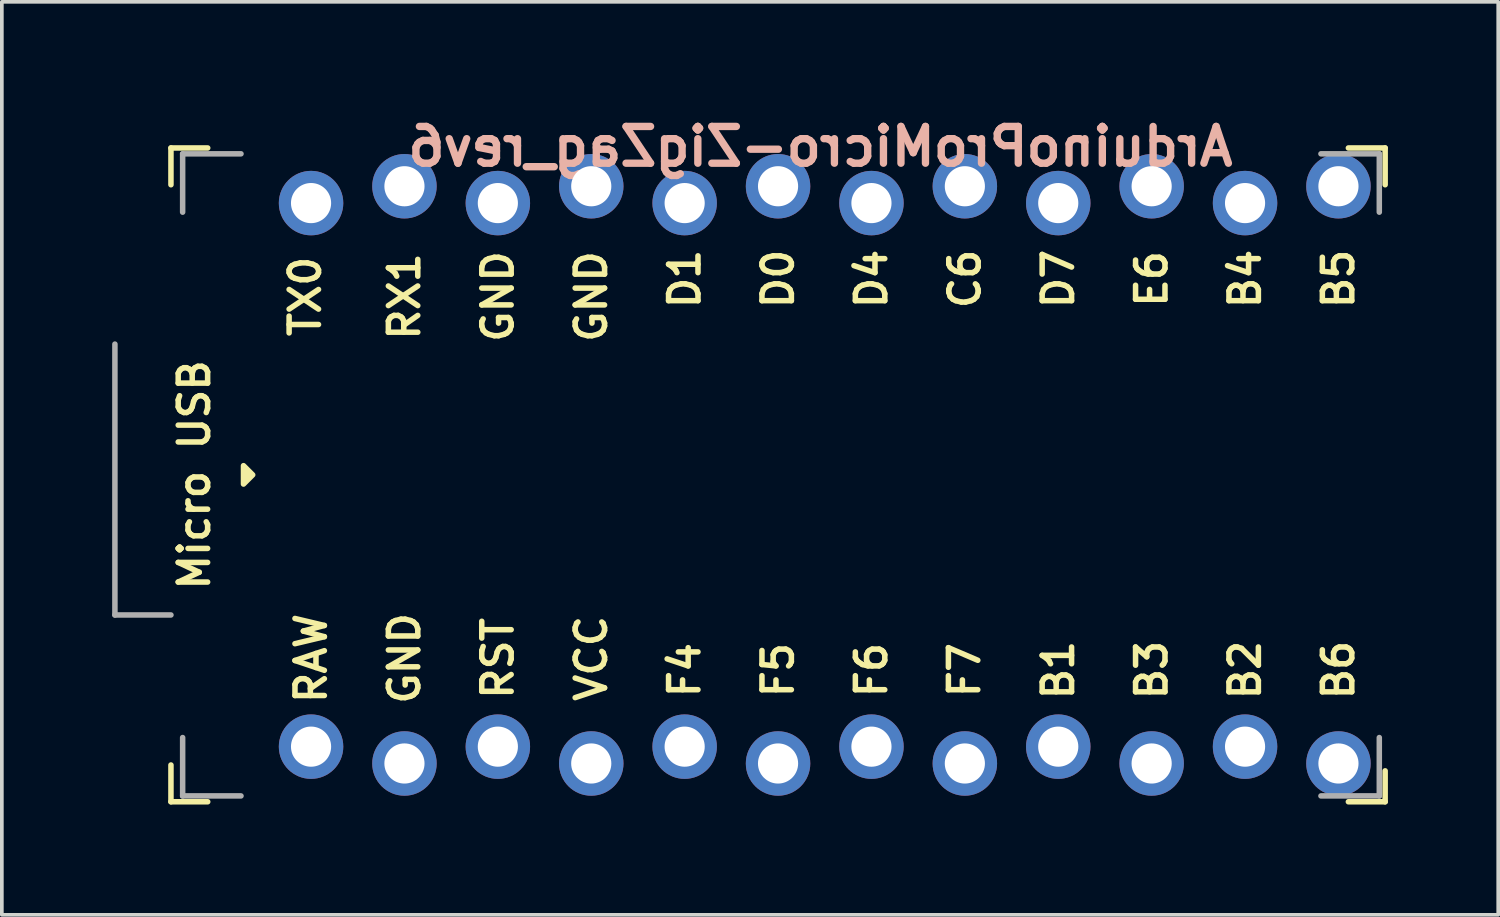
<source format=kicad_pcb>
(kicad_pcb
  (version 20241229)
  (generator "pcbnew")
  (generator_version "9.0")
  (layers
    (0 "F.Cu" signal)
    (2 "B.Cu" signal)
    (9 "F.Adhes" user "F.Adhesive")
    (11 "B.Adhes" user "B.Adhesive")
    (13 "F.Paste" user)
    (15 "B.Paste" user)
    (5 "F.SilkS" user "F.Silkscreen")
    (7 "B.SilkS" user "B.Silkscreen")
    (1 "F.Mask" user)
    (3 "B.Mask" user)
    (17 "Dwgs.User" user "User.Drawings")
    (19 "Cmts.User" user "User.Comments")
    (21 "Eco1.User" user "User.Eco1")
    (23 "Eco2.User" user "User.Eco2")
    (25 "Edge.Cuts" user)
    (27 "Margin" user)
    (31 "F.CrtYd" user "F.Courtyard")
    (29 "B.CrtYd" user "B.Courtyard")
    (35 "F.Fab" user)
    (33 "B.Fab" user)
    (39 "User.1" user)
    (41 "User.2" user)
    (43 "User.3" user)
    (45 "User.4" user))
  (footprint "ArduinoProMicro-ZigZag_rev6"
    (layer "F.Cu")
    (at 19.379 9.864)
    (property "Reference" "ArduinoProMicro-ZigZag_rev6" (at -0.118 -8.928 0) (layer "B.SilkS") (effects (font (size 1 1) (thickness 0.2)) (justify mirror)))
    (attr through_hole)
    (fp_line (start -17.78 -8.89) (end -17.78 -7.89) (stroke (width 0.15) (type solid)) (layer "F.SilkS"))
    (fp_line (start -17.78 -8.89) (end -16.78 -8.89) (stroke (width 0.15) (type solid)) (layer "F.SilkS"))
    (fp_line (start -17.78 7.89) (end -17.78 8.89) (stroke (width 0.15) (type solid)) (layer "F.SilkS"))
    (fp_line (start -17.78 8.89) (end -16.78 8.89) (stroke (width 0.15) (type solid)) (layer "F.SilkS"))
    (fp_line (start 15.24 -8.89) (end 14.24 -8.89) (stroke (width 0.15) (type solid)) (layer "F.SilkS"))
    (fp_line (start 15.24 -8.89) (end 15.24 -7.89) (stroke (width 0.15) (type solid)) (layer "F.SilkS"))
    (fp_line (start 15.24 8.89) (end 14.24 8.89) (stroke (width 0.15) (type solid)) (layer "F.SilkS"))
    (fp_line (start 15.24 8.89) (end 15.24 8.049) (stroke (width 0.15) (type solid)) (layer "F.SilkS"))
    (fp_poly (pts (xy -15.807 -0.25) (xy -15.807 0.25) (xy -15.557 0)) (stroke (width 0.15) (type solid)) (fill yes) (layer "F.SilkS"))
    (fp_line (start -19.304 3.81) (end -19.304 -3.556) (stroke (width 0.15) (type solid)) (layer "F.Fab"))
    (fp_line (start -17.78 3.81) (end -19.304 3.81) (stroke (width 0.15) (type solid)) (layer "F.Fab"))
    (fp_line (start -17.462 -8.731) (end -17.462 -7.144) (stroke (width 0.15) (type solid)) (layer "F.Fab"))
    (fp_line (start -17.462 7.144) (end -17.462 8.731) (stroke (width 0.15) (type solid)) (layer "F.Fab"))
    (fp_line (start -17.462 8.731) (end -15.875 8.731) (stroke (width 0.15) (type solid)) (layer "F.Fab"))
    (fp_line (start -15.875 -8.731) (end -17.462 -8.731) (stroke (width 0.15) (type solid)) (layer "F.Fab"))
    (fp_line (start 15.081 -8.731) (end 13.494 -8.731) (stroke (width 0.15) (type solid)) (layer "F.Fab"))
    (fp_line (start 15.081 -7.144) (end 15.081 -8.731) (stroke (width 0.15) (type solid)) (layer "F.Fab"))
    (fp_line (start 15.081 7.144) (end 15.081 8.731) (stroke (width 0.15) (type solid)) (layer "F.Fab"))
    (fp_line (start 15.081 8.731) (end 13.494 8.731) (stroke (width 0.15) (type solid)) (layer "F.Fab"))
    (fp_text user "F4" (at -3.81 5.309 90) (unlocked yes) (layer "F.SilkS") (effects (font (size 0.8 0.8) (thickness 0.15))))
    (fp_text user "D1" (at -3.81 -5.328 90) (unlocked yes) (layer "F.SilkS") (effects (font (size 0.8 0.8) (thickness 0.15))))
    (fp_text user "RST" (at -8.89 4.991 90) (unlocked yes) (layer "F.SilkS") (effects (font (size 0.8 0.8) (thickness 0.15))))
    (fp_text user "C6" (at 3.81 -5.328 90) (unlocked yes) (layer "F.SilkS") (effects (font (size 0.8 0.8) (thickness 0.15))))
    (fp_text user "D7" (at 6.35 -5.328 90) (unlocked yes) (layer "F.SilkS") (effects (font (size 0.8 0.8) (thickness 0.15))))
    (fp_text user "D4" (at 1.27 -5.328 90) (unlocked yes) (layer "F.SilkS") (effects (font (size 0.8 0.8) (thickness 0.15))))
    (fp_text user "B2" (at 11.43 5.309 90) (unlocked yes) (layer "F.SilkS") (effects (font (size 0.8 0.8) (thickness 0.15))))
    (fp_text user "RAW" (at -13.97 4.991 90) (unlocked yes) (layer "F.SilkS") (effects (font (size 0.8 0.8) (thickness 0.15))))
    (fp_text user "F6" (at 1.27 5.309 90) (unlocked yes) (layer "F.SilkS") (effects (font (size 0.8 0.8) (thickness 0.15))))
    (fp_text user "E6" (at 8.89 -5.328 90) (unlocked yes) (layer "F.SilkS") (effects (font (size 0.8 0.8) (thickness 0.15))))
    (fp_text user "B5" (at 13.97 -5.328 90) (unlocked yes) (layer "F.SilkS") (effects (font (size 0.8 0.8) (thickness 0.15))))
    (fp_text user "GND" (at -8.89 -4.851 90) (unlocked yes) (layer "F.SilkS") (effects (font (size 0.8 0.8) (thickness 0.15))))
    (fp_text user "B4" (at 11.43 -5.328 90) (unlocked yes) (layer "F.SilkS") (effects (font (size 0.8 0.8) (thickness 0.15))))
    (fp_text user "Micro USB" (at -17.145 0 90) (unlocked yes) (layer "F.SilkS") (effects (font (size 0.8 0.8) (thickness 0.15))))
    (fp_text user "B1" (at 6.35 5.309 90) (unlocked yes) (layer "F.SilkS") (effects (font (size 0.8 0.8) (thickness 0.15))))
    (fp_text user "D0" (at -1.27 -5.328 90) (unlocked yes) (layer "F.SilkS") (effects (font (size 0.8 0.8) (thickness 0.15))))
    (fp_text user "GND" (at -11.43 4.991 90) (unlocked yes) (layer "F.SilkS") (effects (font (size 0.8 0.8) (thickness 0.15))))
    (fp_text user "F5" (at -1.27 5.309 90) (unlocked yes) (layer "F.SilkS") (effects (font (size 0.8 0.8) (thickness 0.15))))
    (fp_text user "GND" (at -6.35 -4.851 90) (unlocked yes) (layer "F.SilkS") (effects (font (size 0.8 0.8) (thickness 0.15))))
    (fp_text user "B3" (at 8.89 5.309 90) (unlocked yes) (layer "F.SilkS") (effects (font (size 0.8 0.8) (thickness 0.15))))
    (fp_text user "F7" (at 3.8 5.309 90) (unlocked yes) (layer "F.SilkS") (effects (font (size 0.8 0.8) (thickness 0.15))))
    (fp_text user "B6" (at 13.97 5.309 90) (unlocked yes) (layer "F.SilkS") (effects (font (size 0.8 0.8) (thickness 0.15))))
    (fp_text user "VCC" (at -6.35 4.991 90) (unlocked yes) (layer "F.SilkS") (effects (font (size 0.8 0.8) (thickness 0.15))))
    (fp_text user "RX1" (at -11.43 -4.851 90) (unlocked yes) (layer "F.SilkS") (effects (font (size 0.8 0.8) (thickness 0.15))))
    (fp_text user "TX0" (at -14.129 -4.851 90) (unlocked yes) (layer "F.SilkS") (effects (font (size 0.8 0.8) (thickness 0.15))))
    (pad "1" thru_hole circle (at -13.97 -7.391) (size 1.753 1.753) (drill 1.092) (layers "*.Cu" "*.Mask"))
    (pad "2" thru_hole circle (at -11.43 -7.849) (size 1.753 1.753) (drill 1.092) (layers "*.Cu" "*.Mask"))
    (pad "3" thru_hole circle (at -8.89 -7.391) (size 1.753 1.753) (drill 1.092) (layers "*.Cu" "*.Mask"))
    (pad "4" thru_hole circle (at -6.35 -7.849) (size 1.753 1.753) (drill 1.092) (layers "*.Cu" "*.Mask"))
    (pad "5" thru_hole circle (at -3.81 -7.391) (size 1.753 1.753) (drill 1.092) (layers "*.Cu" "*.Mask"))
    (pad "6" thru_hole circle (at -1.27 -7.849) (size 1.753 1.753) (drill 1.092) (layers "*.Cu" "*.Mask"))
    (pad "7" thru_hole circle (at 1.27 -7.391) (size 1.753 1.753) (drill 1.092) (layers "*.Cu" "*.Mask"))
    (pad "8" thru_hole circle (at 3.81 -7.849) (size 1.753 1.753) (drill 1.092) (layers "*.Cu" "*.Mask"))
    (pad "9" thru_hole circle (at 6.35 -7.391) (size 1.753 1.753) (drill 1.092) (layers "*.Cu" "*.Mask"))
    (pad "10" thru_hole circle (at 8.89 -7.849) (size 1.753 1.753) (drill 1.092) (layers "*.Cu" "*.Mask"))
    (pad "11" thru_hole circle (at 11.43 -7.391) (size 1.753 1.753) (drill 1.092) (layers "*.Cu" "*.Mask"))
    (pad "12" thru_hole circle (at 13.97 -7.849) (size 1.753 1.753) (drill 1.092) (layers "*.Cu" "*.Mask"))
    (pad "13" thru_hole circle (at 13.97 7.849) (size 1.753 1.753) (drill 1.092) (layers "*.Cu" "*.Mask"))
    (pad "14" thru_hole circle (at 11.43 7.391) (size 1.753 1.753) (drill 1.092) (layers "*.Cu" "*.Mask"))
    (pad "15" thru_hole circle (at 8.89 7.849) (size 1.753 1.753) (drill 1.092) (layers "*.Cu" "*.Mask"))
    (pad "16" thru_hole circle (at 6.35 7.391) (size 1.753 1.753) (drill 1.092) (layers "*.Cu" "*.Mask"))
    (pad "17" thru_hole circle (at 3.81 7.849) (size 1.753 1.753) (drill 1.092) (layers "*.Cu" "*.Mask"))
    (pad "18" thru_hole circle (at 1.27 7.391) (size 1.753 1.753) (drill 1.092) (layers "*.Cu" "*.Mask"))
    (pad "19" thru_hole circle (at -1.27 7.849) (size 1.753 1.753) (drill 1.092) (layers "*.Cu" "*.Mask"))
    (pad "20" thru_hole circle (at -3.81 7.391) (size 1.753 1.753) (drill 1.092) (layers "*.Cu" "*.Mask"))
    (pad "21" thru_hole circle (at -6.35 7.849) (size 1.753 1.753) (drill 1.092) (layers "*.Cu" "*.Mask"))
    (pad "22" thru_hole circle (at -8.89 7.391) (size 1.753 1.753) (drill 1.092) (layers "*.Cu" "*.Mask"))
    (pad "23" thru_hole circle (at -11.43 7.849) (size 1.753 1.753) (drill 1.092) (layers "*.Cu" "*.Mask"))
    (pad "24" thru_hole circle (at -13.97 7.391) (size 1.753 1.753) (drill 1.092) (layers "*.Cu" "*.Mask")))
  (gr_rect
    (start -3 -3)
    (end 37.694 21.829)
    (stroke (width 0.1) (type default))
    (fill no)
    (layer "Edge.Cuts")))
</source>
